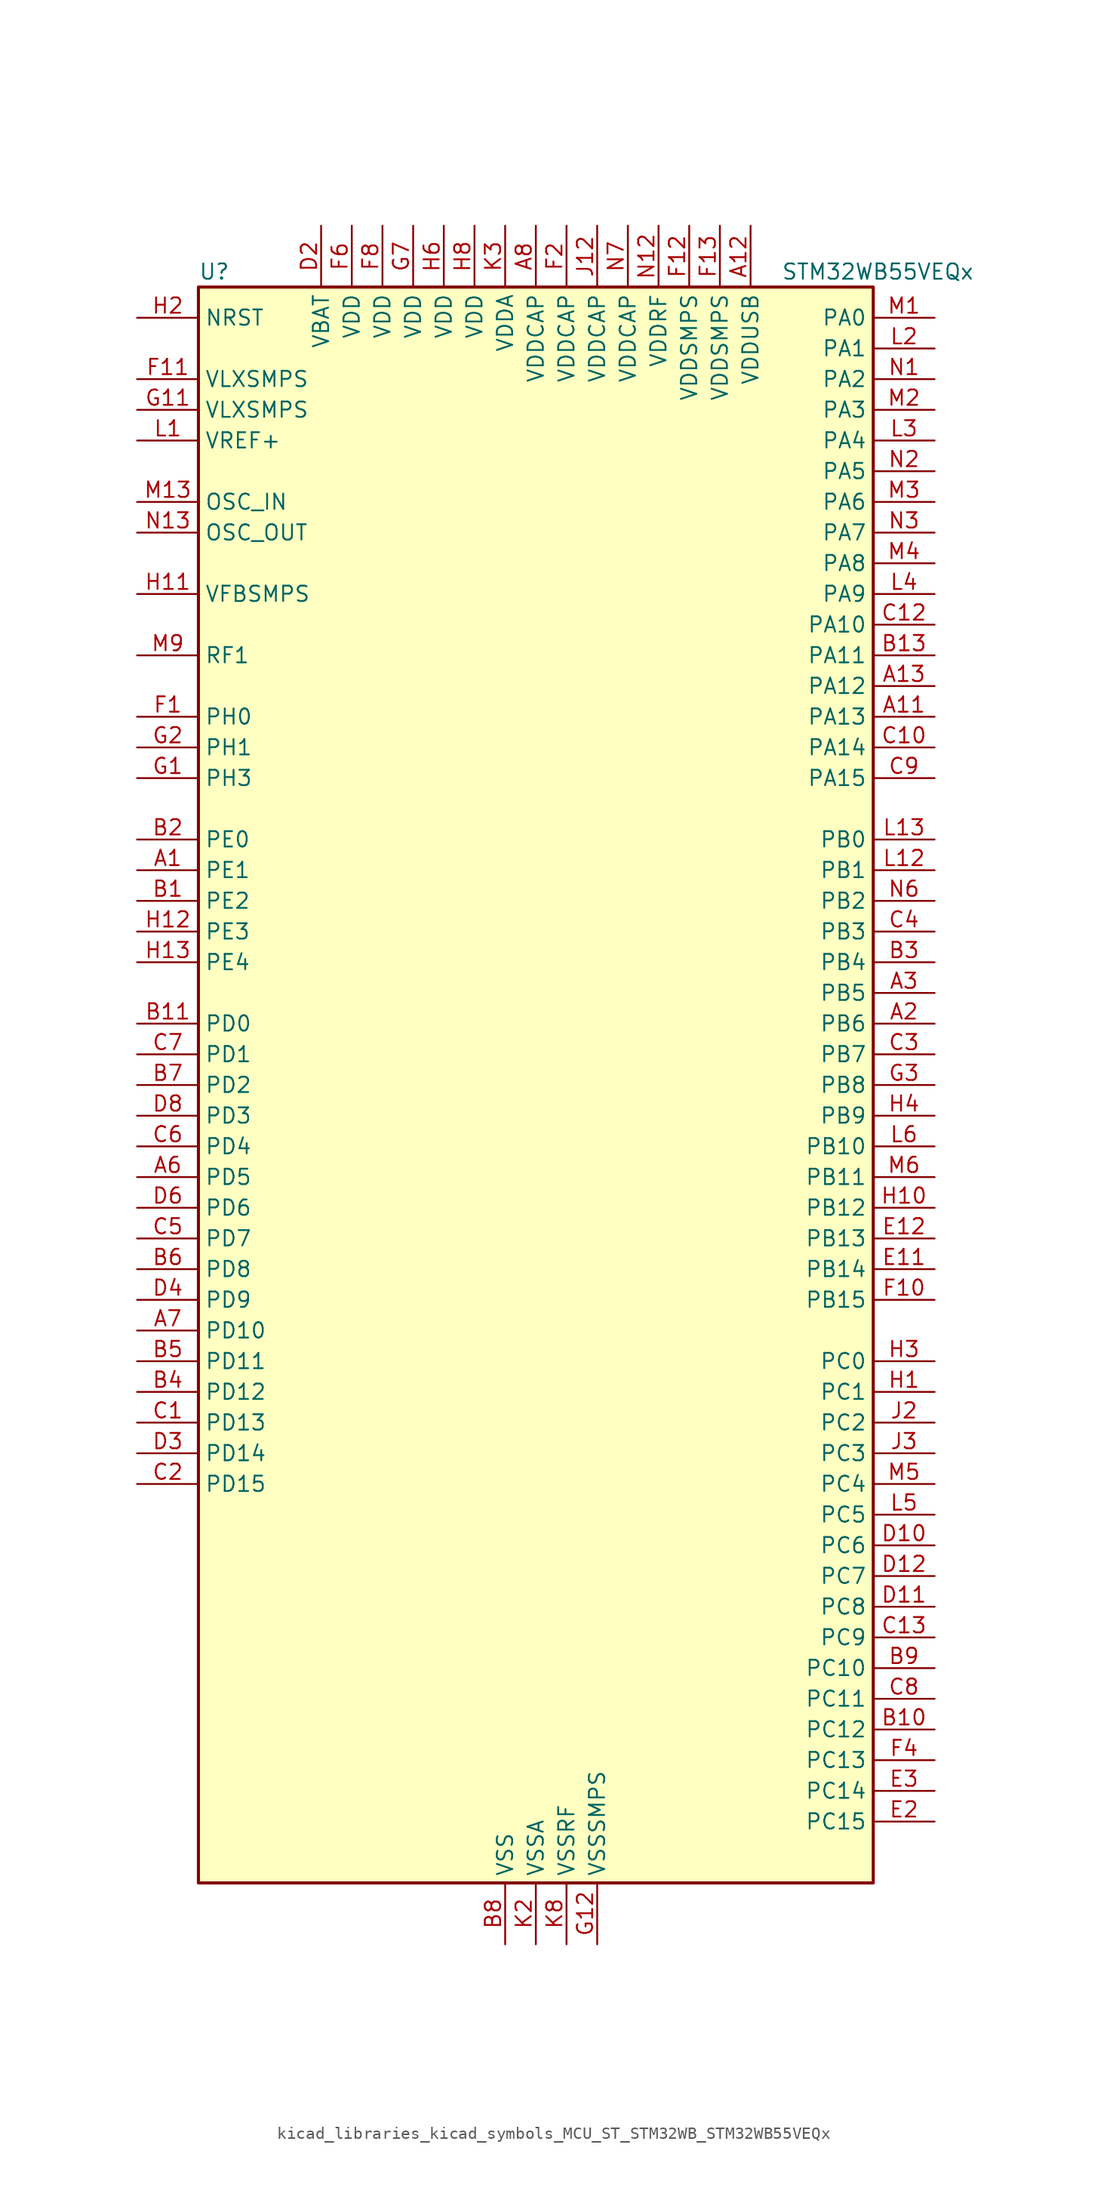
<source format=kicad_sym>
(kicad_symbol_lib
  (version 20220914)
  (generator kicad_symbol_editor)
  (symbol "kicad_libraries_kicad_symbols_MCU_ST_STM32WB_STM32WB55VEQx"
    (property "Reference" "U"
      (at -27.94 67.31 0)
      (effects (font (size 1.27 1.27)) (justify left)))
    (property "Value" "STM32WB55VEQx"
      (at 20.32 67.31 0)
      (effects (font (size 1.27 1.27)) (justify left)))
    (property "ki_locked" ""
      (at 0 0 0)
      (effects (font (size 1.27 1.27))))
    (symbol "kicad_libraries_kicad_symbols_MCU_ST_STM32WB_STM32WB55VEQx_0_1"
      (rectangle (start -27.94 -66.04) (end 27.94 66.04) (stroke (width 0.254) (type default)) (fill (type background))))
    (symbol "kicad_libraries_kicad_symbols_MCU_ST_STM32WB_STM32WB55VEQx_1_1"
      (pin bidirectional line (at -33.02 17.78 0) (length 5.08) (name "PE1" (effects (font (size 1.27 1.27)))) (number "A1" (effects (font (size 1.27 1.27)))) (alternate "LCD_SEG37" bidirectional line) (alternate "TIM17_CH1" bidirectional line) (alternate "TSC_G7_IO2" bidirectional line))
      (pin bidirectional line (at 33.02 30.48 180) (length 5.08) (name "PA13" (effects (font (size 1.27 1.27)))) (number "A11" (effects (font (size 1.27 1.27)))) (alternate "IR_OUT" bidirectional line) (alternate "SAI1_SD_B" bidirectional line) (alternate "SYS_JTMS-SWDIO" bidirectional line) (alternate "USB_NOE" bidirectional line))
      (pin power_in line (at 17.78 71.12 270) (length 5.08) (name "VDDUSB" (effects (font (size 1.27 1.27)))) (number "A12" (effects (font (size 1.27 1.27)))))
      (pin bidirectional line (at 33.02 33.02 180) (length 5.08) (name "PA12" (effects (font (size 1.27 1.27)))) (number "A13" (effects (font (size 1.27 1.27)))) (alternate "LPUART1_RX" bidirectional line) (alternate "SPI1_MOSI" bidirectional line) (alternate "TIM1_ETR" bidirectional line) (alternate "USART1_DE" bidirectional line) (alternate "USART1_RTS" bidirectional line) (alternate "USB_DP" bidirectional line))
      (pin bidirectional line (at 33.02 5.08 180) (length 5.08) (name "PB6" (effects (font (size 1.27 1.27)))) (number "A2" (effects (font (size 1.27 1.27)))) (alternate "COMP2_INP" bidirectional line) (alternate "I2C1_SCL" bidirectional line) (alternate "LCD_SEG6" bidirectional line) (alternate "LPTIM1_ETR" bidirectional line) (alternate "RCC_MCO" bidirectional line) (alternate "SAI1_FS_B" bidirectional line) (alternate "TIM16_CH1N" bidirectional line) (alternate "TSC_G2_IO3" bidirectional line) (alternate "USART1_TX" bidirectional line))
      (pin bidirectional line (at 33.02 7.62 180) (length 5.08) (name "PB5" (effects (font (size 1.27 1.27)))) (number "A3" (effects (font (size 1.27 1.27)))) (alternate "COMP2_OUT" bidirectional line) (alternate "I2C1_SMBA" bidirectional line) (alternate "LCD_SEG9" bidirectional line) (alternate "LPTIM1_IN1" bidirectional line) (alternate "LPUART1_TX" bidirectional line) (alternate "SAI1_SD_B" bidirectional line) (alternate "SPI1_MOSI" bidirectional line) (alternate "TIM16_BKIN" bidirectional line) (alternate "TSC_G2_IO2" bidirectional line) (alternate "USART1_CK" bidirectional line))
      (pin bidirectional line (at -33.02 -7.62 0) (length 5.08) (name "PD5" (effects (font (size 1.27 1.27)))) (number "A6" (effects (font (size 1.27 1.27)))) (alternate "QUADSPI_BK1_IO1" bidirectional line) (alternate "SAI1_MCLK_B" bidirectional line) (alternate "TSC_G5_IO2" bidirectional line))
      (pin bidirectional line (at -33.02 -20.32 0) (length 5.08) (name "PD10" (effects (font (size 1.27 1.27)))) (number "A7" (effects (font (size 1.27 1.27)))) (alternate "LCD_SEG30" bidirectional line) (alternate "SYS_TRIG_INOUT" bidirectional line) (alternate "TSC_G6_IO1" bidirectional line))
      (pin power_in line (at 0 71.12 270) (length 5.08) (name "VDDCAP" (effects (font (size 1.27 1.27)))) (number "A8" (effects (font (size 1.27 1.27)))))
      (pin bidirectional line (at -33.02 15.24 0) (length 5.08) (name "PE2" (effects (font (size 1.27 1.27)))) (number "B1" (effects (font (size 1.27 1.27)))) (alternate "LCD_SEG38" bidirectional line) (alternate "SAI1_CK1" bidirectional line) (alternate "SAI1_MCLK_A" bidirectional line) (alternate "SYS_TRACECLK" bidirectional line) (alternate "TSC_G7_IO1" bidirectional line))
      (pin bidirectional line (at 33.02 -53.34 180) (length 5.08) (name "PC12" (effects (font (size 1.27 1.27)))) (number "B10" (effects (font (size 1.27 1.27)))) (alternate "LCD_COM6" bidirectional line) (alternate "LCD_SEG30" bidirectional line) (alternate "LCD_SEG42" bidirectional line) (alternate "RCC_LSCO" bidirectional line) (alternate "RTC_TAMP3" bidirectional line) (alternate "SYS_TRACED3" bidirectional line) (alternate "SYS_WKUP3" bidirectional line) (alternate "TSC_G3_IO4" bidirectional line))
      (pin bidirectional line (at -33.02 5.08 0) (length 5.08) (name "PD0" (effects (font (size 1.27 1.27)))) (number "B11" (effects (font (size 1.27 1.27)))) (alternate "SPI2_NSS" bidirectional line))
      (pin passive line (at -2.54 -71.12 90) (length 5.08) hide (name "VSS" (effects (font (size 1.27 1.27)))) (number "B12" (effects (font (size 1.27 1.27)))))
      (pin bidirectional line (at 33.02 35.56 180) (length 5.08) (name "PA11" (effects (font (size 1.27 1.27)))) (number "B13" (effects (font (size 1.27 1.27)))) (alternate "ADC1_EXTI11" bidirectional line) (alternate "SPI1_MISO" bidirectional line) (alternate "TIM1_BKIN2" bidirectional line) (alternate "TIM1_CH4" bidirectional line) (alternate "USART1_CTS" bidirectional line) (alternate "USART1_NSS" bidirectional line) (alternate "USB_DM" bidirectional line))
      (pin bidirectional line (at -33.02 20.32 0) (length 5.08) (name "PE0" (effects (font (size 1.27 1.27)))) (number "B2" (effects (font (size 1.27 1.27)))) (alternate "LCD_SEG36" bidirectional line) (alternate "TIM16_CH1" bidirectional line) (alternate "TIM1_ETR" bidirectional line) (alternate "TSC_G7_IO3" bidirectional line))
      (pin bidirectional line (at 33.02 10.16 180) (length 5.08) (name "PB4" (effects (font (size 1.27 1.27)))) (number "B3" (effects (font (size 1.27 1.27)))) (alternate "COMP2_INP" bidirectional line) (alternate "I2C3_SDA" bidirectional line) (alternate "LCD_SEG8" bidirectional line) (alternate "SAI1_MCLK_B" bidirectional line) (alternate "SPI1_MISO" bidirectional line) (alternate "SYS_JTRST" bidirectional line) (alternate "TIM17_BKIN" bidirectional line) (alternate "TSC_G2_IO1" bidirectional line) (alternate "USART1_CTS" bidirectional line) (alternate "USART1_NSS" bidirectional line))
      (pin bidirectional line (at -33.02 -25.4 0) (length 5.08) (name "PD12" (effects (font (size 1.27 1.27)))) (number "B4" (effects (font (size 1.27 1.27)))) (alternate "LCD_SEG32" bidirectional line) (alternate "LPTIM2_IN1" bidirectional line) (alternate "TSC_G6_IO3" bidirectional line))
      (pin bidirectional line (at -33.02 -22.86 0) (length 5.08) (name "PD11" (effects (font (size 1.27 1.27)))) (number "B5" (effects (font (size 1.27 1.27)))) (alternate "ADC1_EXTI11" bidirectional line) (alternate "LCD_SEG31" bidirectional line) (alternate "LPTIM2_ETR" bidirectional line) (alternate "TSC_G6_IO2" bidirectional line))
      (pin bidirectional line (at -33.02 -15.24 0) (length 5.08) (name "PD8" (effects (font (size 1.27 1.27)))) (number "B6" (effects (font (size 1.27 1.27)))) (alternate "LCD_SEG28" bidirectional line) (alternate "TIM1_BKIN2" bidirectional line))
      (pin bidirectional line (at -33.02 0 0) (length 5.08) (name "PD2" (effects (font (size 1.27 1.27)))) (number "B7" (effects (font (size 1.27 1.27)))) (alternate "LCD_COM7" bidirectional line) (alternate "LCD_SEG31" bidirectional line) (alternate "LCD_SEG43" bidirectional line) (alternate "SYS_TRACED2" bidirectional line) (alternate "TSC_SYNC" bidirectional line))
      (pin power_in line (at -2.54 -71.12 90) (length 5.08) (name "VSS" (effects (font (size 1.27 1.27)))) (number "B8" (effects (font (size 1.27 1.27)))))
      (pin bidirectional line (at 33.02 -48.26 180) (length 5.08) (name "PC10" (effects (font (size 1.27 1.27)))) (number "B9" (effects (font (size 1.27 1.27)))) (alternate "LCD_COM4" bidirectional line) (alternate "LCD_SEG28" bidirectional line) (alternate "LCD_SEG40" bidirectional line) (alternate "SYS_TRACED1" bidirectional line) (alternate "TSC_G3_IO2" bidirectional line))
      (pin bidirectional line (at -33.02 -27.94 0) (length 5.08) (name "PD13" (effects (font (size 1.27 1.27)))) (number "C1" (effects (font (size 1.27 1.27)))) (alternate "LCD_SEG33" bidirectional line) (alternate "LPTIM2_OUT" bidirectional line) (alternate "TSC_G6_IO4" bidirectional line))
      (pin bidirectional line (at 33.02 27.94 180) (length 5.08) (name "PA14" (effects (font (size 1.27 1.27)))) (number "C10" (effects (font (size 1.27 1.27)))) (alternate "I2C1_SMBA" bidirectional line) (alternate "LCD_SEG5" bidirectional line) (alternate "LPTIM1_OUT" bidirectional line) (alternate "SAI1_FS_B" bidirectional line) (alternate "SYS_JTCK-SWCLK" bidirectional line))
      (pin passive line (at -2.54 -71.12 90) (length 5.08) hide (name "VSS" (effects (font (size 1.27 1.27)))) (number "C11" (effects (font (size 1.27 1.27)))))
      (pin bidirectional line (at 33.02 38.1 180) (length 5.08) (name "PA10" (effects (font (size 1.27 1.27)))) (number "C12" (effects (font (size 1.27 1.27)))) (alternate "CRS_SYNC" bidirectional line) (alternate "I2C1_SDA" bidirectional line) (alternate "LCD_COM2" bidirectional line) (alternate "SAI1_D1" bidirectional line) (alternate "SAI1_SD_A" bidirectional line) (alternate "TIM17_BKIN" bidirectional line) (alternate "TIM1_CH3" bidirectional line) (alternate "USART1_RX" bidirectional line))
      (pin bidirectional line (at 33.02 -45.72 180) (length 5.08) (name "PC9" (effects (font (size 1.27 1.27)))) (number "C13" (effects (font (size 1.27 1.27)))) (alternate "LCD_SEG27" bidirectional line) (alternate "SAI1_SCK_B" bidirectional line) (alternate "TIM1_BKIN" bidirectional line) (alternate "TSC_G4_IO4" bidirectional line) (alternate "USB_NOE" bidirectional line))
      (pin bidirectional line (at -33.02 -33.02 0) (length 5.08) (name "PD15" (effects (font (size 1.27 1.27)))) (number "C2" (effects (font (size 1.27 1.27)))) (alternate "ADC1_EXTI15" bidirectional line) (alternate "LCD_SEG35" bidirectional line) (alternate "TIM1_CH2" bidirectional line))
      (pin bidirectional line (at 33.02 2.54 180) (length 5.08) (name "PB7" (effects (font (size 1.27 1.27)))) (number "C3" (effects (font (size 1.27 1.27)))) (alternate "COMP2_INM" bidirectional line) (alternate "I2C1_SDA" bidirectional line) (alternate "LCD_SEG21" bidirectional line) (alternate "LPTIM1_IN2" bidirectional line) (alternate "SYS_PVD_IN" bidirectional line) (alternate "TIM17_CH1N" bidirectional line) (alternate "TIM1_BKIN" bidirectional line) (alternate "TSC_G2_IO4" bidirectional line) (alternate "USART1_RX" bidirectional line))
      (pin bidirectional line (at 33.02 12.7 180) (length 5.08) (name "PB3" (effects (font (size 1.27 1.27)))) (number "C4" (effects (font (size 1.27 1.27)))) (alternate "COMP2_INM" bidirectional line) (alternate "LCD_SEG7" bidirectional line) (alternate "SAI1_SCK_B" bidirectional line) (alternate "SPI1_SCK" bidirectional line) (alternate "SYS_JTDO-SWO" bidirectional line) (alternate "TIM2_CH2" bidirectional line) (alternate "USART1_DE" bidirectional line) (alternate "USART1_RTS" bidirectional line))
      (pin bidirectional line (at -33.02 -12.7 0) (length 5.08) (name "PD7" (effects (font (size 1.27 1.27)))) (number "C5" (effects (font (size 1.27 1.27)))) (alternate "LCD_SEG39" bidirectional line) (alternate "QUADSPI_BK1_IO3" bidirectional line) (alternate "TSC_G5_IO4" bidirectional line))
      (pin bidirectional line (at -33.02 -5.08 0) (length 5.08) (name "PD4" (effects (font (size 1.27 1.27)))) (number "C6" (effects (font (size 1.27 1.27)))) (alternate "QUADSPI_BK1_IO0" bidirectional line) (alternate "SPI2_MOSI" bidirectional line) (alternate "TSC_G5_IO1" bidirectional line))
      (pin bidirectional line (at -33.02 2.54 0) (length 5.08) (name "PD1" (effects (font (size 1.27 1.27)))) (number "C7" (effects (font (size 1.27 1.27)))) (alternate "SPI2_SCK" bidirectional line))
      (pin bidirectional line (at 33.02 -50.8 180) (length 5.08) (name "PC11" (effects (font (size 1.27 1.27)))) (number "C8" (effects (font (size 1.27 1.27)))) (alternate "ADC1_EXTI11" bidirectional line) (alternate "LCD_COM5" bidirectional line) (alternate "LCD_SEG29" bidirectional line) (alternate "LCD_SEG41" bidirectional line) (alternate "TSC_G3_IO3" bidirectional line))
      (pin bidirectional line (at 33.02 25.4 180) (length 5.08) (name "PA15" (effects (font (size 1.27 1.27)))) (number "C9" (effects (font (size 1.27 1.27)))) (alternate "ADC1_EXTI15" bidirectional line) (alternate "LCD_SEG17" bidirectional line) (alternate "RCC_MCO" bidirectional line) (alternate "SPI1_NSS" bidirectional line) (alternate "SYS_JTDI" bidirectional line) (alternate "TIM2_CH1" bidirectional line) (alternate "TIM2_ETR" bidirectional line) (alternate "TSC_G3_IO1" bidirectional line))
      (pin bidirectional line (at 33.02 -38.1 180) (length 5.08) (name "PC6" (effects (font (size 1.27 1.27)))) (number "D10" (effects (font (size 1.27 1.27)))) (alternate "LCD_SEG24" bidirectional line) (alternate "TSC_G4_IO1" bidirectional line))
      (pin bidirectional line (at 33.02 -43.18 180) (length 5.08) (name "PC8" (effects (font (size 1.27 1.27)))) (number "D11" (effects (font (size 1.27 1.27)))) (alternate "LCD_SEG26" bidirectional line) (alternate "TSC_G4_IO3" bidirectional line))
      (pin bidirectional line (at 33.02 -40.64 180) (length 5.08) (name "PC7" (effects (font (size 1.27 1.27)))) (number "D12" (effects (font (size 1.27 1.27)))) (alternate "LCD_SEG25" bidirectional line) (alternate "TSC_G4_IO2" bidirectional line))
      (pin power_in line (at -17.78 71.12 270) (length 5.08) (name "VBAT" (effects (font (size 1.27 1.27)))) (number "D2" (effects (font (size 1.27 1.27)))))
      (pin bidirectional line (at -33.02 -30.48 0) (length 5.08) (name "PD14" (effects (font (size 1.27 1.27)))) (number "D3" (effects (font (size 1.27 1.27)))) (alternate "LCD_SEG34" bidirectional line) (alternate "TIM1_CH1" bidirectional line))
      (pin bidirectional line (at -33.02 -17.78 0) (length 5.08) (name "PD9" (effects (font (size 1.27 1.27)))) (number "D4" (effects (font (size 1.27 1.27)))) (alternate "LCD_SEG29" bidirectional line) (alternate "SYS_TRACED0" bidirectional line))
      (pin bidirectional line (at -33.02 -10.16 0) (length 5.08) (name "PD6" (effects (font (size 1.27 1.27)))) (number "D6" (effects (font (size 1.27 1.27)))) (alternate "QUADSPI_BK1_IO2" bidirectional line) (alternate "SAI1_D1" bidirectional line) (alternate "SAI1_SD_A" bidirectional line) (alternate "TSC_G5_IO3" bidirectional line))
      (pin bidirectional line (at -33.02 -2.54 0) (length 5.08) (name "PD3" (effects (font (size 1.27 1.27)))) (number "D8" (effects (font (size 1.27 1.27)))) (alternate "QUADSPI_BK1_NCS" bidirectional line) (alternate "SPI2_MISO" bidirectional line) (alternate "SPI2_SCK" bidirectional line))
      (pin bidirectional line (at 33.02 -15.24 180) (length 5.08) (name "PB14" (effects (font (size 1.27 1.27)))) (number "E11" (effects (font (size 1.27 1.27)))) (alternate "I2C3_SDA" bidirectional line) (alternate "LCD_SEG14" bidirectional line) (alternate "SAI1_MCLK_A" bidirectional line) (alternate "SPI2_MISO" bidirectional line) (alternate "TIM1_CH2N" bidirectional line) (alternate "TSC_G1_IO3" bidirectional line))
      (pin bidirectional line (at 33.02 -12.7 180) (length 5.08) (name "PB13" (effects (font (size 1.27 1.27)))) (number "E12" (effects (font (size 1.27 1.27)))) (alternate "I2C3_SCL" bidirectional line) (alternate "LCD_SEG13" bidirectional line) (alternate "LPUART1_CTS" bidirectional line) (alternate "SAI1_SCK_A" bidirectional line) (alternate "SPI2_SCK" bidirectional line) (alternate "TIM1_CH1N" bidirectional line) (alternate "TSC_G1_IO2" bidirectional line))
      (pin bidirectional line (at 33.02 -60.96 180) (length 5.08) (name "PC15" (effects (font (size 1.27 1.27)))) (number "E2" (effects (font (size 1.27 1.27)))) (alternate "ADC1_EXTI15" bidirectional line) (alternate "RCC_OSC32_OUT" bidirectional line))
      (pin bidirectional line (at 33.02 -58.42 180) (length 5.08) (name "PC14" (effects (font (size 1.27 1.27)))) (number "E3" (effects (font (size 1.27 1.27)))) (alternate "RCC_OSC32_IN" bidirectional line))
      (pin passive line (at -2.54 -71.12 90) (length 5.08) hide (name "VSS" (effects (font (size 1.27 1.27)))) (number "E5" (effects (font (size 1.27 1.27)))))
      (pin passive line (at -2.54 -71.12 90) (length 5.08) hide (name "VSS" (effects (font (size 1.27 1.27)))) (number "E7" (effects (font (size 1.27 1.27)))))
      (pin passive line (at -2.54 -71.12 90) (length 5.08) hide (name "VSS" (effects (font (size 1.27 1.27)))) (number "E9" (effects (font (size 1.27 1.27)))))
      (pin bidirectional line (at -33.02 30.48 0) (length 5.08) (name "PH0" (effects (font (size 1.27 1.27)))) (number "F1" (effects (font (size 1.27 1.27)))))
      (pin bidirectional line (at 33.02 -17.78 180) (length 5.08) (name "PB15" (effects (font (size 1.27 1.27)))) (number "F10" (effects (font (size 1.27 1.27)))) (alternate "ADC1_EXTI15" bidirectional line) (alternate "LCD_SEG15" bidirectional line) (alternate "RTC_REFIN" bidirectional line) (alternate "SAI1_SD_A" bidirectional line) (alternate "SPI2_MOSI" bidirectional line) (alternate "TIM1_CH3N" bidirectional line) (alternate "TSC_G1_IO4" bidirectional line))
      (pin power_in line (at -33.02 58.42 0) (length 5.08) (name "VLXSMPS" (effects (font (size 1.27 1.27)))) (number "F11" (effects (font (size 1.27 1.27)))))
      (pin power_in line (at 12.7 71.12 270) (length 5.08) (name "VDDSMPS" (effects (font (size 1.27 1.27)))) (number "F12" (effects (font (size 1.27 1.27)))))
      (pin power_in line (at 15.24 71.12 270) (length 5.08) (name "VDDSMPS" (effects (font (size 1.27 1.27)))) (number "F13" (effects (font (size 1.27 1.27)))))
      (pin power_in line (at 2.54 71.12 270) (length 5.08) (name "VDDCAP" (effects (font (size 1.27 1.27)))) (number "F2" (effects (font (size 1.27 1.27)))))
      (pin passive line (at -2.54 -71.12 90) (length 5.08) hide (name "VSS" (effects (font (size 1.27 1.27)))) (number "F3" (effects (font (size 1.27 1.27)))))
      (pin bidirectional line (at 33.02 -55.88 180) (length 5.08) (name "PC13" (effects (font (size 1.27 1.27)))) (number "F4" (effects (font (size 1.27 1.27)))) (alternate "RTC_OUT1" bidirectional line) (alternate "RTC_TAMP1" bidirectional line) (alternate "RTC_TS" bidirectional line) (alternate "SYS_WKUP2" bidirectional line))
      (pin power_in line (at -15.24 71.12 270) (length 5.08) (name "VDD" (effects (font (size 1.27 1.27)))) (number "F6" (effects (font (size 1.27 1.27)))))
      (pin power_in line (at -12.7 71.12 270) (length 5.08) (name "VDD" (effects (font (size 1.27 1.27)))) (number "F8" (effects (font (size 1.27 1.27)))))
      (pin bidirectional line (at -33.02 25.4 0) (length 5.08) (name "PH3" (effects (font (size 1.27 1.27)))) (number "G1" (effects (font (size 1.27 1.27)))) (alternate "RCC_LSCO" bidirectional line))
      (pin power_in line (at -33.02 55.88 0) (length 5.08) (name "VLXSMPS" (effects (font (size 1.27 1.27)))) (number "G11" (effects (font (size 1.27 1.27)))))
      (pin power_in line (at 5.08 -71.12 90) (length 5.08) (name "VSSSMPS" (effects (font (size 1.27 1.27)))) (number "G12" (effects (font (size 1.27 1.27)))))
      (pin passive line (at 5.08 -71.12 90) (length 5.08) hide (name "VSSSMPS" (effects (font (size 1.27 1.27)))) (number "G13" (effects (font (size 1.27 1.27)))))
      (pin bidirectional line (at -33.02 27.94 0) (length 5.08) (name "PH1" (effects (font (size 1.27 1.27)))) (number "G2" (effects (font (size 1.27 1.27)))))
      (pin bidirectional line (at 33.02 0 180) (length 5.08) (name "PB8" (effects (font (size 1.27 1.27)))) (number "G3" (effects (font (size 1.27 1.27)))) (alternate "I2C1_SCL" bidirectional line) (alternate "LCD_SEG16" bidirectional line) (alternate "QUADSPI_BK1_IO1" bidirectional line) (alternate "SAI1_CK1" bidirectional line) (alternate "SAI1_MCLK_A" bidirectional line) (alternate "TIM16_CH1" bidirectional line) (alternate "TIM1_CH2N" bidirectional line))
      (pin passive line (at -2.54 -71.12 90) (length 5.08) hide (name "VSS" (effects (font (size 1.27 1.27)))) (number "G5" (effects (font (size 1.27 1.27)))))
      (pin power_in line (at -10.16 71.12 270) (length 5.08) (name "VDD" (effects (font (size 1.27 1.27)))) (number "G7" (effects (font (size 1.27 1.27)))))
      (pin passive line (at -2.54 -71.12 90) (length 5.08) hide (name "VSS" (effects (font (size 1.27 1.27)))) (number "G9" (effects (font (size 1.27 1.27)))))
      (pin bidirectional line (at 33.02 -25.4 180) (length 5.08) (name "PC1" (effects (font (size 1.27 1.27)))) (number "H1" (effects (font (size 1.27 1.27)))) (alternate "ADC1_IN2" bidirectional line) (alternate "I2C3_SDA" bidirectional line) (alternate "LCD_SEG19" bidirectional line) (alternate "LPTIM1_OUT" bidirectional line) (alternate "LPUART1_TX" bidirectional line) (alternate "SPI2_MOSI" bidirectional line))
      (pin bidirectional line (at 33.02 -10.16 180) (length 5.08) (name "PB12" (effects (font (size 1.27 1.27)))) (number "H10" (effects (font (size 1.27 1.27)))) (alternate "I2C3_SMBA" bidirectional line) (alternate "LCD_SEG12" bidirectional line) (alternate "LPUART1_DE" bidirectional line) (alternate "LPUART1_RTS" bidirectional line) (alternate "SAI1_FS_A" bidirectional line) (alternate "SPI2_NSS" bidirectional line) (alternate "TIM1_BKIN" bidirectional line) (alternate "TSC_G1_IO1" bidirectional line))
      (pin input line (at -33.02 40.64 0) (length 5.08) (name "VFBSMPS" (effects (font (size 1.27 1.27)))) (number "H11" (effects (font (size 1.27 1.27)))))
      (pin bidirectional line (at -33.02 12.7 0) (length 5.08) (name "PE3" (effects (font (size 1.27 1.27)))) (number "H12" (effects (font (size 1.27 1.27)))))
      (pin bidirectional line (at -33.02 10.16 0) (length 5.08) (name "PE4" (effects (font (size 1.27 1.27)))) (number "H13" (effects (font (size 1.27 1.27)))))
      (pin input line (at -33.02 63.5 0) (length 5.08) (name "NRST" (effects (font (size 1.27 1.27)))) (number "H2" (effects (font (size 1.27 1.27)))))
      (pin bidirectional line (at 33.02 -22.86 180) (length 5.08) (name "PC0" (effects (font (size 1.27 1.27)))) (number "H3" (effects (font (size 1.27 1.27)))) (alternate "ADC1_IN1" bidirectional line) (alternate "I2C3_SCL" bidirectional line) (alternate "LCD_SEG18" bidirectional line) (alternate "LPTIM1_IN1" bidirectional line) (alternate "LPTIM2_IN1" bidirectional line) (alternate "LPUART1_RX" bidirectional line))
      (pin bidirectional line (at 33.02 -2.54 180) (length 5.08) (name "PB9" (effects (font (size 1.27 1.27)))) (number "H4" (effects (font (size 1.27 1.27)))) (alternate "I2C1_SDA" bidirectional line) (alternate "IR_OUT" bidirectional line) (alternate "LCD_COM3" bidirectional line) (alternate "QUADSPI_BK1_IO0" bidirectional line) (alternate "SAI1_D2" bidirectional line) (alternate "SAI1_FS_A" bidirectional line) (alternate "SPI2_NSS" bidirectional line) (alternate "TIM17_CH1" bidirectional line) (alternate "TIM1_CH3N" bidirectional line) (alternate "TSC_G7_IO4" bidirectional line))
      (pin power_in line (at -7.62 71.12 270) (length 5.08) (name "VDD" (effects (font (size 1.27 1.27)))) (number "H6" (effects (font (size 1.27 1.27)))))
      (pin power_in line (at -5.08 71.12 270) (length 5.08) (name "VDD" (effects (font (size 1.27 1.27)))) (number "H8" (effects (font (size 1.27 1.27)))))
      (pin passive line (at -2.54 -71.12 90) (length 5.08) hide (name "VSS" (effects (font (size 1.27 1.27)))) (number "J11" (effects (font (size 1.27 1.27)))))
      (pin power_in line (at 5.08 71.12 270) (length 5.08) (name "VDDCAP" (effects (font (size 1.27 1.27)))) (number "J12" (effects (font (size 1.27 1.27)))))
      (pin bidirectional line (at 33.02 -27.94 180) (length 5.08) (name "PC2" (effects (font (size 1.27 1.27)))) (number "J2" (effects (font (size 1.27 1.27)))) (alternate "ADC1_IN3" bidirectional line) (alternate "LCD_SEG20" bidirectional line) (alternate "LPTIM1_IN2" bidirectional line) (alternate "SPI2_MISO" bidirectional line))
      (pin bidirectional line (at 33.02 -30.48 180) (length 5.08) (name "PC3" (effects (font (size 1.27 1.27)))) (number "J3" (effects (font (size 1.27 1.27)))) (alternate "ADC1_IN4" bidirectional line) (alternate "LCD_VLCD" bidirectional line) (alternate "LPTIM1_ETR" bidirectional line) (alternate "LPTIM2_ETR" bidirectional line) (alternate "SAI1_D1" bidirectional line) (alternate "SAI1_SD_A" bidirectional line) (alternate "SPI2_MOSI" bidirectional line))
      (pin passive line (at -2.54 -71.12 90) (length 5.08) hide (name "VSS" (effects (font (size 1.27 1.27)))) (number "J5" (effects (font (size 1.27 1.27)))))
      (pin passive line (at -2.54 -71.12 90) (length 5.08) hide (name "VSS" (effects (font (size 1.27 1.27)))) (number "J7" (effects (font (size 1.27 1.27)))))
      (pin passive line (at -2.54 -71.12 90) (length 5.08) hide (name "VSS" (effects (font (size 1.27 1.27)))) (number "J9" (effects (font (size 1.27 1.27)))))
      (pin passive line (at 2.54 -71.12 90) (length 5.08) hide (name "VSSRF" (effects (font (size 1.27 1.27)))) (number "K10" (effects (font (size 1.27 1.27)))))
      (pin no_connect line (at -27.94 -66.04 0) (length 5.08) hide (name "AT0" (effects (font (size 1.27 1.27)))) (number "K11" (effects (font (size 1.27 1.27)))))
      (pin no_connect line (at -27.94 -63.5 0) (length 5.08) hide (name "AT1" (effects (font (size 1.27 1.27)))) (number "K12" (effects (font (size 1.27 1.27)))))
      (pin power_in line (at 0 -71.12 90) (length 5.08) (name "VSSA" (effects (font (size 1.27 1.27)))) (number "K2" (effects (font (size 1.27 1.27)))))
      (pin power_in line (at -2.54 71.12 270) (length 5.08) (name "VDDA" (effects (font (size 1.27 1.27)))) (number "K3" (effects (font (size 1.27 1.27)))))
      (pin passive line (at -2.54 -71.12 90) (length 5.08) hide (name "VSS" (effects (font (size 1.27 1.27)))) (number "K4" (effects (font (size 1.27 1.27)))))
      (pin passive line (at -2.54 -71.12 90) (length 5.08) hide (name "VSS" (effects (font (size 1.27 1.27)))) (number "K6" (effects (font (size 1.27 1.27)))))
      (pin power_in line (at 2.54 -71.12 90) (length 5.08) (name "VSSRF" (effects (font (size 1.27 1.27)))) (number "K8" (effects (font (size 1.27 1.27)))))
      (pin input line (at -33.02 53.34 0) (length 5.08) (name "VREF+" (effects (font (size 1.27 1.27)))) (number "L1" (effects (font (size 1.27 1.27)))) (alternate "VREFBUF_OUT" bidirectional line))
      (pin passive line (at 2.54 -71.12 90) (length 5.08) hide (name "VSSRF" (effects (font (size 1.27 1.27)))) (number "L10" (effects (font (size 1.27 1.27)))))
      (pin passive line (at 2.54 -71.12 90) (length 5.08) hide (name "VSSRF" (effects (font (size 1.27 1.27)))) (number "L11" (effects (font (size 1.27 1.27)))))
      (pin bidirectional line (at 33.02 17.78 180) (length 5.08) (name "PB1" (effects (font (size 1.27 1.27)))) (number "L12" (effects (font (size 1.27 1.27)))) (alternate "LPTIM2_IN1" bidirectional line) (alternate "LPUART1_DE" bidirectional line) (alternate "LPUART1_RTS" bidirectional line))
      (pin bidirectional line (at 33.02 20.32 180) (length 5.08) (name "PB0" (effects (font (size 1.27 1.27)))) (number "L13" (effects (font (size 1.27 1.27)))) (alternate "COMP1_OUT" bidirectional line) (alternate "RF_TX_MOD_EXT_PA" bidirectional line))
      (pin bidirectional line (at 33.02 60.96 180) (length 5.08) (name "PA1" (effects (font (size 1.27 1.27)))) (number "L2" (effects (font (size 1.27 1.27)))) (alternate "ADC1_IN6" bidirectional line) (alternate "COMP1_INP" bidirectional line) (alternate "I2C1_SMBA" bidirectional line) (alternate "LCD_SEG0" bidirectional line) (alternate "SPI1_SCK" bidirectional line) (alternate "TIM2_CH2" bidirectional line))
      (pin bidirectional line (at 33.02 53.34 180) (length 5.08) (name "PA4" (effects (font (size 1.27 1.27)))) (number "L3" (effects (font (size 1.27 1.27)))) (alternate "ADC1_IN9" bidirectional line) (alternate "COMP1_INM" bidirectional line) (alternate "COMP2_INM" bidirectional line) (alternate "LCD_SEG5" bidirectional line) (alternate "LPTIM2_OUT" bidirectional line) (alternate "SAI1_FS_B" bidirectional line) (alternate "SPI1_NSS" bidirectional line))
      (pin bidirectional line (at 33.02 40.64 180) (length 5.08) (name "PA9" (effects (font (size 1.27 1.27)))) (number "L4" (effects (font (size 1.27 1.27)))) (alternate "ADC1_IN16" bidirectional line) (alternate "COMP1_INM" bidirectional line) (alternate "I2C1_SCL" bidirectional line) (alternate "LCD_COM1" bidirectional line) (alternate "SAI1_D2" bidirectional line) (alternate "SAI1_FS_A" bidirectional line) (alternate "SPI2_SCK" bidirectional line) (alternate "TIM1_CH2" bidirectional line) (alternate "USART1_TX" bidirectional line))
      (pin bidirectional line (at 33.02 -35.56 180) (length 5.08) (name "PC5" (effects (font (size 1.27 1.27)))) (number "L5" (effects (font (size 1.27 1.27)))) (alternate "ADC1_IN14" bidirectional line) (alternate "COMP1_INP" bidirectional line) (alternate "LCD_SEG23" bidirectional line) (alternate "SAI1_D3" bidirectional line) (alternate "SYS_WKUP5" bidirectional line))
      (pin bidirectional line (at 33.02 -5.08 180) (length 5.08) (name "PB10" (effects (font (size 1.27 1.27)))) (number "L6" (effects (font (size 1.27 1.27)))) (alternate "COMP1_OUT" bidirectional line) (alternate "I2C3_SCL" bidirectional line) (alternate "LCD_SEG10" bidirectional line) (alternate "LPUART1_RX" bidirectional line) (alternate "QUADSPI_CLK" bidirectional line) (alternate "SAI1_SCK_A" bidirectional line) (alternate "SPI2_SCK" bidirectional line) (alternate "TIM2_CH3" bidirectional line) (alternate "TSC_SYNC" bidirectional line))
      (pin passive line (at 2.54 -71.12 90) (length 5.08) hide (name "VSSRF" (effects (font (size 1.27 1.27)))) (number "L7" (effects (font (size 1.27 1.27)))))
      (pin passive line (at 2.54 -71.12 90) (length 5.08) hide (name "VSSRF" (effects (font (size 1.27 1.27)))) (number "L8" (effects (font (size 1.27 1.27)))))
      (pin passive line (at 2.54 -71.12 90) (length 5.08) hide (name "VSSRF" (effects (font (size 1.27 1.27)))) (number "L9" (effects (font (size 1.27 1.27)))))
      (pin bidirectional line (at 33.02 63.5 180) (length 5.08) (name "PA0" (effects (font (size 1.27 1.27)))) (number "M1" (effects (font (size 1.27 1.27)))) (alternate "ADC1_IN5" bidirectional line) (alternate "COMP1_INM" bidirectional line) (alternate "COMP1_OUT" bidirectional line) (alternate "RTC_TAMP2" bidirectional line) (alternate "SAI1_EXTCLK" bidirectional line) (alternate "SYS_WKUP1" bidirectional line) (alternate "TIM2_CH1" bidirectional line) (alternate "TIM2_ETR" bidirectional line))
      (pin passive line (at 2.54 -71.12 90) (length 5.08) hide (name "VSSRF" (effects (font (size 1.27 1.27)))) (number "M10" (effects (font (size 1.27 1.27)))))
      (pin passive line (at 2.54 -71.12 90) (length 5.08) hide (name "VSSRF" (effects (font (size 1.27 1.27)))) (number "M11" (effects (font (size 1.27 1.27)))))
      (pin passive line (at 2.54 -71.12 90) (length 5.08) hide (name "VSSRF" (effects (font (size 1.27 1.27)))) (number "M12" (effects (font (size 1.27 1.27)))))
      (pin input line (at -33.02 48.26 0) (length 5.08) (name "OSC_IN" (effects (font (size 1.27 1.27)))) (number "M13" (effects (font (size 1.27 1.27)))) (alternate "RCC_OSC_IN" bidirectional line))
      (pin bidirectional line (at 33.02 55.88 180) (length 5.08) (name "PA3" (effects (font (size 1.27 1.27)))) (number "M2" (effects (font (size 1.27 1.27)))) (alternate "ADC1_IN8" bidirectional line) (alternate "COMP2_INP" bidirectional line) (alternate "LCD_SEG2" bidirectional line) (alternate "LPUART1_RX" bidirectional line) (alternate "QUADSPI_CLK" bidirectional line) (alternate "SAI1_CK1" bidirectional line) (alternate "SAI1_MCLK_A" bidirectional line) (alternate "TIM2_CH4" bidirectional line))
      (pin bidirectional line (at 33.02 48.26 180) (length 5.08) (name "PA6" (effects (font (size 1.27 1.27)))) (number "M3" (effects (font (size 1.27 1.27)))) (alternate "ADC1_IN11" bidirectional line) (alternate "LCD_SEG3" bidirectional line) (alternate "LPUART1_CTS" bidirectional line) (alternate "QUADSPI_BK1_IO3" bidirectional line) (alternate "SPI1_MISO" bidirectional line) (alternate "TIM16_CH1" bidirectional line) (alternate "TIM1_BKIN" bidirectional line))
      (pin bidirectional line (at 33.02 43.18 180) (length 5.08) (name "PA8" (effects (font (size 1.27 1.27)))) (number "M4" (effects (font (size 1.27 1.27)))) (alternate "ADC1_IN15" bidirectional line) (alternate "LCD_COM0" bidirectional line) (alternate "LPTIM2_OUT" bidirectional line) (alternate "RCC_MCO" bidirectional line) (alternate "SAI1_CK2" bidirectional line) (alternate "SAI1_SCK_A" bidirectional line) (alternate "TIM1_CH1" bidirectional line) (alternate "USART1_CK" bidirectional line))
      (pin bidirectional line (at 33.02 -33.02 180) (length 5.08) (name "PC4" (effects (font (size 1.27 1.27)))) (number "M5" (effects (font (size 1.27 1.27)))) (alternate "ADC1_IN13" bidirectional line) (alternate "COMP1_INM" bidirectional line) (alternate "LCD_SEG22" bidirectional line))
      (pin bidirectional line (at 33.02 -7.62 180) (length 5.08) (name "PB11" (effects (font (size 1.27 1.27)))) (number "M6" (effects (font (size 1.27 1.27)))) (alternate "ADC1_EXTI11" bidirectional line) (alternate "COMP2_OUT" bidirectional line) (alternate "I2C3_SDA" bidirectional line) (alternate "LCD_SEG11" bidirectional line) (alternate "LPUART1_TX" bidirectional line) (alternate "QUADSPI_BK1_NCS" bidirectional line) (alternate "TIM2_CH4" bidirectional line))
      (pin passive line (at -2.54 -71.12 90) (length 5.08) hide (name "VSS" (effects (font (size 1.27 1.27)))) (number "M7" (effects (font (size 1.27 1.27)))))
      (pin passive line (at 2.54 -71.12 90) (length 5.08) hide (name "VSSRF" (effects (font (size 1.27 1.27)))) (number "M8" (effects (font (size 1.27 1.27)))))
      (pin bidirectional line (at -33.02 35.56 0) (length 5.08) (name "RF1" (effects (font (size 1.27 1.27)))) (number "M9" (effects (font (size 1.27 1.27)))) (alternate "RF_RF1" bidirectional line))
      (pin bidirectional line (at 33.02 58.42 180) (length 5.08) (name "PA2" (effects (font (size 1.27 1.27)))) (number "N1" (effects (font (size 1.27 1.27)))) (alternate "ADC1_IN7" bidirectional line) (alternate "COMP2_INM" bidirectional line) (alternate "COMP2_OUT" bidirectional line) (alternate "LCD_SEG1" bidirectional line) (alternate "LPUART1_TX" bidirectional line) (alternate "QUADSPI_BK1_NCS" bidirectional line) (alternate "RCC_LSCO" bidirectional line) (alternate "SYS_WKUP4" bidirectional line) (alternate "TIM2_CH3" bidirectional line))
      (pin passive line (at 2.54 -71.12 90) (length 5.08) hide (name "VSSRF" (effects (font (size 1.27 1.27)))) (number "N11" (effects (font (size 1.27 1.27)))))
      (pin power_in line (at 10.16 71.12 270) (length 5.08) (name "VDDRF" (effects (font (size 1.27 1.27)))) (number "N12" (effects (font (size 1.27 1.27)))))
      (pin input line (at -33.02 45.72 0) (length 5.08) (name "OSC_OUT" (effects (font (size 1.27 1.27)))) (number "N13" (effects (font (size 1.27 1.27)))) (alternate "RCC_OSC_OUT" bidirectional line))
      (pin bidirectional line (at 33.02 50.8 180) (length 5.08) (name "PA5" (effects (font (size 1.27 1.27)))) (number "N2" (effects (font (size 1.27 1.27)))) (alternate "ADC1_IN10" bidirectional line) (alternate "COMP1_INM" bidirectional line) (alternate "COMP2_INM" bidirectional line) (alternate "LPTIM2_ETR" bidirectional line) (alternate "SAI1_SD_B" bidirectional line) (alternate "SPI1_SCK" bidirectional line) (alternate "TIM2_CH1" bidirectional line) (alternate "TIM2_ETR" bidirectional line))
      (pin bidirectional line (at 33.02 45.72 180) (length 5.08) (name "PA7" (effects (font (size 1.27 1.27)))) (number "N3" (effects (font (size 1.27 1.27)))) (alternate "ADC1_IN12" bidirectional line) (alternate "COMP2_OUT" bidirectional line) (alternate "I2C3_SCL" bidirectional line) (alternate "LCD_SEG4" bidirectional line) (alternate "QUADSPI_BK1_IO2" bidirectional line) (alternate "SPI1_MOSI" bidirectional line) (alternate "TIM17_CH1" bidirectional line) (alternate "TIM1_CH1N" bidirectional line))
      (pin bidirectional line (at 33.02 15.24 180) (length 5.08) (name "PB2" (effects (font (size 1.27 1.27)))) (number "N6" (effects (font (size 1.27 1.27)))) (alternate "COMP1_INP" bidirectional line) (alternate "I2C3_SMBA" bidirectional line) (alternate "LCD_VLCD" bidirectional line) (alternate "LPTIM1_OUT" bidirectional line) (alternate "RTC_OUT2" bidirectional line) (alternate "SAI1_EXTCLK" bidirectional line) (alternate "SPI1_NSS" bidirectional line))
      (pin power_in line (at 7.62 71.12 270) (length 5.08) (name "VDDCAP" (effects (font (size 1.27 1.27)))) (number "N7" (effects (font (size 1.27 1.27)))))
      (pin passive line (at 2.54 -71.12 90) (length 5.08) hide (name "VSSRF" (effects (font (size 1.27 1.27)))) (number "N8" (effects (font (size 1.27 1.27))))))))
</source>
